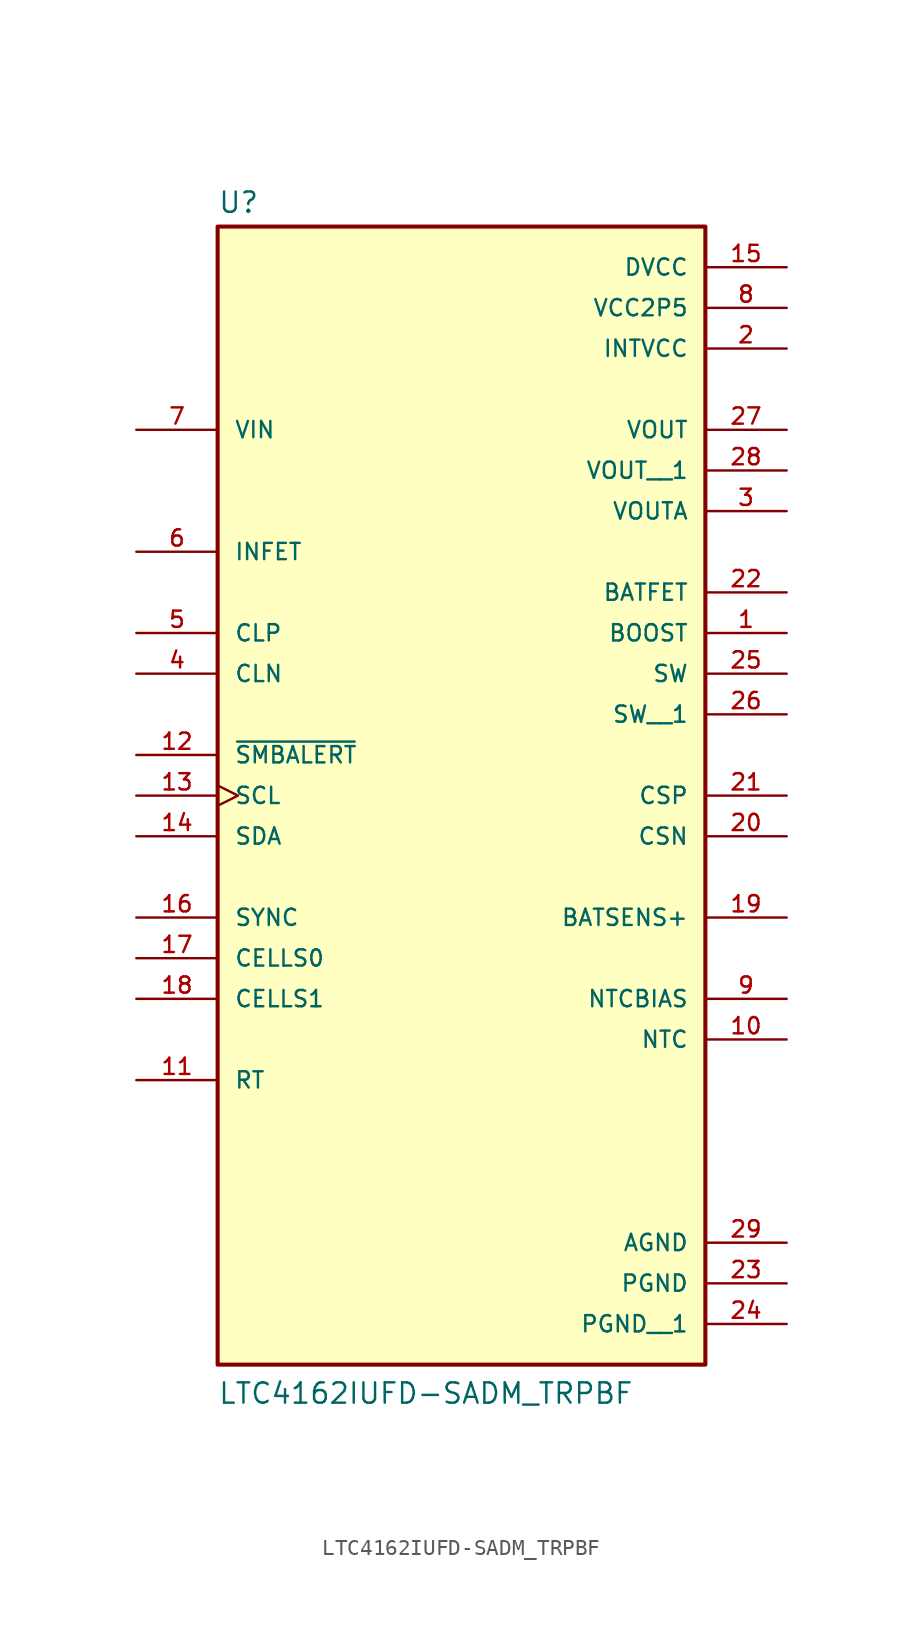
<source format=kicad_sym>
(kicad_symbol_lib
  (version 20211014)
  (generator kicad_symbol_editor)
  (symbol "LTC4162IUFD-SADM_TRPBF"
    (pin_names
      (offset 1.016))
    (property "Reference" "U"
      (at -15.24 31.242 0)
      (effects (font (size 1.27 1.27)) (justify bottom left)))
    (property "Value" "LTC4162IUFD-SADM_TRPBF"
      (at -15.24 -43.18 0)
      (effects (font (size 1.27 1.27)) (justify bottom left)))
    (symbol "LTC4162IUFD-SADM_TRPBF_0_0"
      (rectangle (start -15.24 -40.64) (end 15.24 30.48) (stroke (width 0.254)) (fill (type background)))
      (pin passive line (at 20.32 5.08 180.0) (length 5.08) (name "BOOST" (effects (font (size 1.016 1.016)))) (number "1" (effects (font (size 1.016 1.016)))))
      (pin power_in line (at 20.32 22.86 180.0) (length 5.08) (name "INTVCC" (effects (font (size 1.016 1.016)))) (number "2" (effects (font (size 1.016 1.016)))))
      (pin output line (at 20.32 12.7 180.0) (length 5.08) (name "VOUTA" (effects (font (size 1.016 1.016)))) (number "3" (effects (font (size 1.016 1.016)))))
      (pin input line (at -20.32 2.54 0) (length 5.08) (name "CLN" (effects (font (size 1.016 1.016)))) (number "4" (effects (font (size 1.016 1.016)))))
      (pin input line (at -20.32 5.08 0) (length 5.08) (name "CLP" (effects (font (size 1.016 1.016)))) (number "5" (effects (font (size 1.016 1.016)))))
      (pin output line (at -20.32 10.16 0) (length 5.08) (name "INFET" (effects (font (size 1.016 1.016)))) (number "6" (effects (font (size 1.016 1.016)))))
      (pin input line (at -20.32 17.78 0) (length 5.08) (name "VIN" (effects (font (size 1.016 1.016)))) (number "7" (effects (font (size 1.016 1.016)))))
      (pin power_in line (at 20.32 25.4 180.0) (length 5.08) (name "VCC2P5" (effects (font (size 1.016 1.016)))) (number "8" (effects (font (size 1.016 1.016)))))
      (pin output line (at 20.32 -17.78 180.0) (length 5.08) (name "NTCBIAS" (effects (font (size 1.016 1.016)))) (number "9" (effects (font (size 1.016 1.016)))))
      (pin input line (at 20.32 -20.32 180.0) (length 5.08) (name "NTC" (effects (font (size 1.016 1.016)))) (number "10" (effects (font (size 1.016 1.016)))))
      (pin passive line (at -20.32 -22.86 0) (length 5.08) (name "RT" (effects (font (size 1.016 1.016)))) (number "11" (effects (font (size 1.016 1.016)))))
      (pin output line (at -20.32 -2.54 0) (length 5.08) (name "~{SMBALERT}" (effects (font (size 1.016 1.016)))) (number "12" (effects (font (size 1.016 1.016)))))
      (pin input clock (at -20.32 -5.08 0) (length 5.08) (name "SCL" (effects (font (size 1.016 1.016)))) (number "13" (effects (font (size 1.016 1.016)))))
      (pin bidirectional line (at -20.32 -7.62 0) (length 5.08) (name "SDA" (effects (font (size 1.016 1.016)))) (number "14" (effects (font (size 1.016 1.016)))))
      (pin power_in line (at 20.32 27.94 180.0) (length 5.08) (name "DVCC" (effects (font (size 1.016 1.016)))) (number "15" (effects (font (size 1.016 1.016)))))
      (pin input line (at -20.32 -15.24 0) (length 5.08) (name "CELLS0" (effects (font (size 1.016 1.016)))) (number "17" (effects (font (size 1.016 1.016)))))
      (pin input line (at -20.32 -12.7 0) (length 5.08) (name "SYNC" (effects (font (size 1.016 1.016)))) (number "16" (effects (font (size 1.016 1.016)))))
      (pin input line (at -20.32 -17.78 0) (length 5.08) (name "CELLS1" (effects (font (size 1.016 1.016)))) (number "18" (effects (font (size 1.016 1.016)))))
      (pin passive line (at 20.32 -12.7 180.0) (length 5.08) (name "BATSENS+" (effects (font (size 1.016 1.016)))) (number "19" (effects (font (size 1.016 1.016)))))
      (pin input line (at 20.32 -7.62 180.0) (length 5.08) (name "CSN" (effects (font (size 1.016 1.016)))) (number "20" (effects (font (size 1.016 1.016)))))
      (pin input line (at 20.32 -5.08 180.0) (length 5.08) (name "CSP" (effects (font (size 1.016 1.016)))) (number "21" (effects (font (size 1.016 1.016)))))
      (pin input line (at 20.32 7.62 180.0) (length 5.08) (name "BATFET" (effects (font (size 1.016 1.016)))) (number "22" (effects (font (size 1.016 1.016)))))
      (pin power_in line (at 20.32 -35.56 180.0) (length 5.08) (name "PGND" (effects (font (size 1.016 1.016)))) (number "23" (effects (font (size 1.016 1.016)))))
      (pin bidirectional line (at 20.32 2.54 180.0) (length 5.08) (name "SW" (effects (font (size 1.016 1.016)))) (number "25" (effects (font (size 1.016 1.016)))))
      (pin output line (at 20.32 17.78 180.0) (length 5.08) (name "VOUT" (effects (font (size 1.016 1.016)))) (number "27" (effects (font (size 1.016 1.016)))))
      (pin power_in line (at 20.32 -33.02 180.0) (length 5.08) (name "AGND" (effects (font (size 1.016 1.016)))) (number "29" (effects (font (size 1.016 1.016)))))
      (pin output line (at 20.32 15.24 180.0) (length 5.08) (name "VOUT__1" (effects (font (size 1.016 1.016)))) (number "28" (effects (font (size 1.016 1.016)))))
      (pin bidirectional line (at 20.32 0.0 180.0) (length 5.08) (name "SW__1" (effects (font (size 1.016 1.016)))) (number "26" (effects (font (size 1.016 1.016)))))
      (pin power_in line (at 20.32 -38.1 180.0) (length 5.08) (name "PGND__1" (effects (font (size 1.016 1.016)))) (number "24" (effects (font (size 1.016 1.016))))))))
</source>
